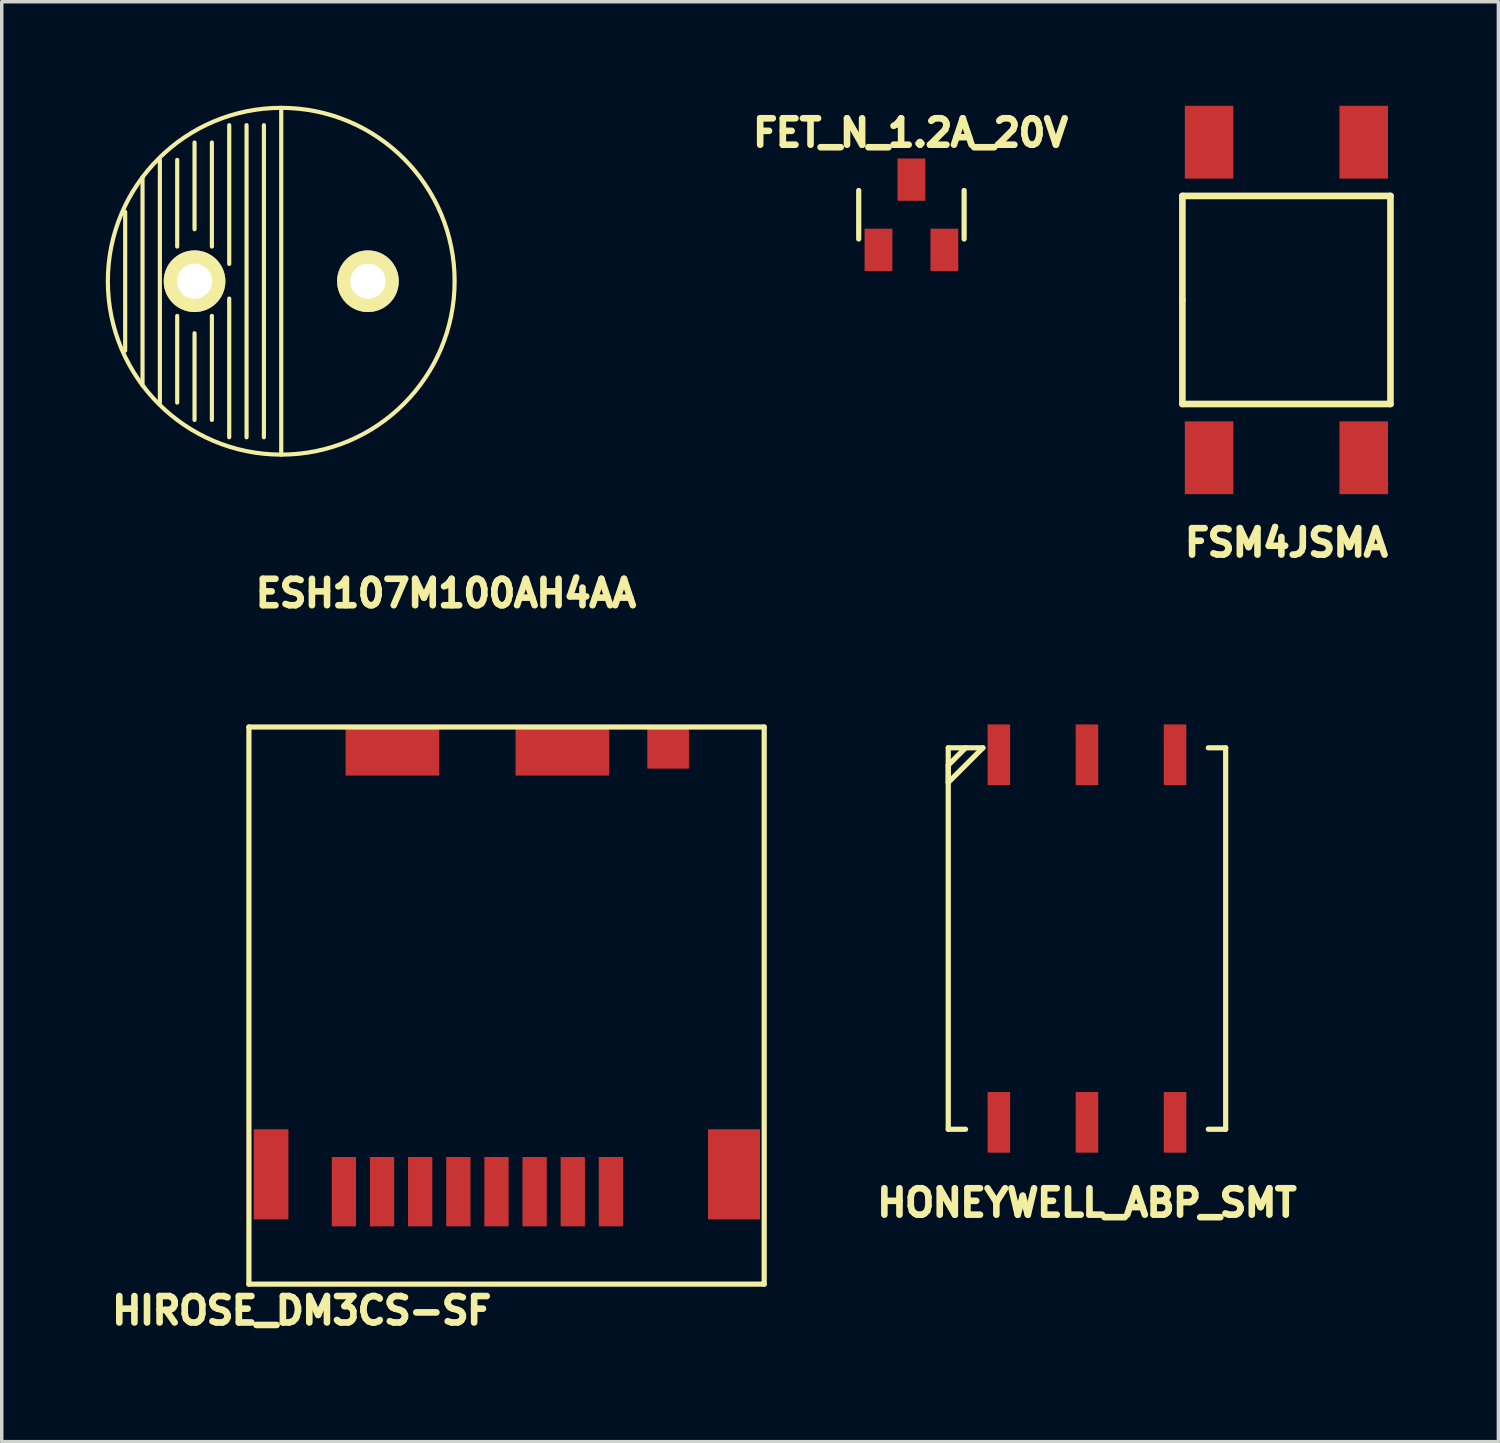
<source format=kicad_pcb>
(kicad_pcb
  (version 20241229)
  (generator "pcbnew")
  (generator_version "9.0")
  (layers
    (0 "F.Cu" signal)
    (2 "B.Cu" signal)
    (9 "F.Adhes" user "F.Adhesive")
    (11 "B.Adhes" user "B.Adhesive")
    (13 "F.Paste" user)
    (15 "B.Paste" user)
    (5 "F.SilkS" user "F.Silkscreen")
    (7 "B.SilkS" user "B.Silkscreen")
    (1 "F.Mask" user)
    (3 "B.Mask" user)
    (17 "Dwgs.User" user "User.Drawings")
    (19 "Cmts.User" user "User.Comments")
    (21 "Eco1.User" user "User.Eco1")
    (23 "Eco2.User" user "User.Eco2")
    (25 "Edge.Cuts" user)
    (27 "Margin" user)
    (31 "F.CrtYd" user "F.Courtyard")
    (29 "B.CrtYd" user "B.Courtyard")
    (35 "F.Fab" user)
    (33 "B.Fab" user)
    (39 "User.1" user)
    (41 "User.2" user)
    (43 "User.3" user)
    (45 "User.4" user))
  (footprint "ESH107M100AH4AA"
    (layer "F.Cu")
    (at 5.06 5.06)
    (property "Reference" "ESH107M100AH4AA" (at 4.75 9 0) (layer "F.SilkS") (effects (font (size 0.762 0.762) (thickness 0.191))))
    (attr through_hole)
    (fp_line (start -4.5 -2) (end -4.5 2) (stroke (width 0.12) (type solid)) (layer "F.SilkS"))
    (fp_line (start -4 -3) (end -4 3) (stroke (width 0.12) (type solid)) (layer "F.SilkS"))
    (fp_line (start -3.5 -3.5) (end -3.5 3.5) (stroke (width 0.12) (type solid)) (layer "F.SilkS"))
    (fp_line (start -3 -3.5) (end -3 -1) (stroke (width 0.12) (type solid)) (layer "F.SilkS"))
    (fp_line (start -3 1) (end -3 3.5) (stroke (width 0.12) (type solid)) (layer "F.SilkS"))
    (fp_line (start -2.5 -1.5) (end -2.5 -4) (stroke (width 0.12) (type solid)) (layer "F.SilkS"))
    (fp_line (start -2.5 1.5) (end -2.5 4) (stroke (width 0.12) (type solid)) (layer "F.SilkS"))
    (fp_line (start -2 -1) (end -2 -4) (stroke (width 0.12) (type solid)) (layer "F.SilkS"))
    (fp_line (start -2 1) (end -2 4) (stroke (width 0.12) (type solid)) (layer "F.SilkS"))
    (fp_line (start -1.5 -0.5) (end -1.5 -4.5) (stroke (width 0.12) (type solid)) (layer "F.SilkS"))
    (fp_line (start -1.5 0.5) (end -1.5 4.5) (stroke (width 0.12) (type solid)) (layer "F.SilkS"))
    (fp_line (start -1 -4.5) (end -1 4.5) (stroke (width 0.12) (type solid)) (layer "F.SilkS"))
    (fp_line (start -0.5 -4.5) (end -0.5 4.5) (stroke (width 0.12) (type solid)) (layer "F.SilkS"))
    (fp_line (start 0 -5) (end 0 5) (stroke (width 0.12) (type solid)) (layer "F.SilkS"))
    (fp_circle (center 0 0) (end 5 0) (stroke (width 0.12) (type solid)) (fill no) (layer "F.SilkS"))
    (pad "1" thru_hole circle (at -2.5 0) (size 1.778 1.778) (drill 1.016) (layers "*.Cu" "*.Mask" "F.SilkS"))
    (pad "2" thru_hole circle (at 2.5 0) (size 1.778 1.778) (drill 1.016) (layers "*.Cu" "*.Mask" "F.SilkS")))
  (footprint "FET_N_1.2A_20V"
    (layer "F.Cu")
    (at 23.233 3.142)
    (property "Reference" "FET_N_1.2A_20V" (at -0.025 -2.362 0) (layer "F.SilkS") (effects (font (size 0.762 0.762) (thickness 0.191))))
    (attr through_hole)
    (fp_line (start -1.52 -0.7) (end -1.52 0.7) (stroke (width 0.15) (type solid)) (layer "F.SilkS"))
    (fp_line (start 1.52 -0.7) (end 1.52 0.7) (stroke (width 0.15) (type solid)) (layer "F.SilkS"))
    (pad "1" smd rect (at -0.95 1.012) (size 0.802 1.219) (layers "F.Cu" "F.Mask" "F.Paste"))
    (pad "2" smd rect (at 0.95 1.012) (size 0.802 1.219) (layers "F.Cu" "F.Mask" "F.Paste"))
    (pad "3" smd rect (at 0 -1.012) (size 0.802 1.219) (layers "F.Cu" "F.Mask" "F.Paste")))
  (footprint "HONEYWELL_ABP_SMT"
    (layer "F.Cu")
    (at 28.295 24.015)
    (property "Reference" "HONEYWELL_ABP_SMT" (at 0 7.62 0) (layer "F.SilkS") (effects (font (size 0.762 0.762) (thickness 0.191))))
    (attr through_hole)
    (fp_line (start -4 -5.5) (end -4 5.5) (stroke (width 0.15) (type solid)) (layer "F.SilkS"))
    (fp_line (start -4 -5.5) (end -3.5 -5.5) (stroke (width 0.15) (type solid)) (layer "F.SilkS"))
    (fp_line (start -4 -5) (end -4 -4.5) (stroke (width 0.15) (type solid)) (layer "F.SilkS"))
    (fp_line (start -4 -4.5) (end -3 -5.5) (stroke (width 0.15) (type solid)) (layer "F.SilkS"))
    (fp_line (start -4 5.5) (end -3.5 5.5) (stroke (width 0.15) (type solid)) (layer "F.SilkS"))
    (fp_line (start -3.5 -5.5) (end -4 -5) (stroke (width 0.15) (type solid)) (layer "F.SilkS"))
    (fp_line (start -3 -5.5) (end -3.5 -5.5) (stroke (width 0.15) (type solid)) (layer "F.SilkS"))
    (fp_line (start 4 -5.5) (end 3.5 -5.5) (stroke (width 0.15) (type solid)) (layer "F.SilkS"))
    (fp_line (start 4 -5.5) (end 4 5.5) (stroke (width 0.15) (type solid)) (layer "F.SilkS"))
    (fp_line (start 4 5.5) (end 3.5 5.5) (stroke (width 0.15) (type solid)) (layer "F.SilkS"))
    (pad "1" smd rect (at -2.54 -5.3) (size 0.65 1.75) (layers "F.Cu" "F.Mask" "F.Paste"))
    (pad "2" smd rect (at 0 -5.3) (size 0.65 1.75) (layers "F.Cu" "F.Mask" "F.Paste"))
    (pad "3" smd rect (at 2.54 -5.3) (size 0.65 1.75) (layers "F.Cu" "F.Mask" "F.Paste"))
    (pad "4" smd rect (at 2.54 5.3) (size 0.65 1.75) (layers "F.Cu" "F.Mask" "F.Paste"))
    (pad "5" smd rect (at 0 5.3) (size 0.65 1.75) (layers "F.Cu" "F.Mask" "F.Paste"))
    (pad "6" smd rect (at -2.54 5.3) (size 0.65 1.75) (layers "F.Cu" "F.Mask" "F.Paste")))
  (footprint "HIROSE_DM3CS-SF"
    (layer "F.Cu")
    (at 11.367 31.315)
    (property "Reference" "HIROSE_DM3CS-SF" (at -5.715 3.429 0) (layer "F.SilkS") (effects (font (size 0.762 0.762) (thickness 0.191))))
    (attr through_hole)
    (fp_line (start -7.239 -13.4) (end 7.62 -13.4) (stroke (width 0.15) (type solid)) (layer "F.SilkS"))
    (fp_line (start -7.239 2.667) (end -7.239 -13.4) (stroke (width 0.15) (type solid)) (layer "F.SilkS"))
    (fp_line (start 7.62 2.667) (end -7.239 2.667) (stroke (width 0.15) (type solid)) (layer "F.SilkS"))
    (fp_line (start 7.62 2.667) (end 7.62 -13.4) (stroke (width 0.15) (type solid)) (layer "F.SilkS"))
    (pad "1" smd rect (at 3.2 0) (size 0.7 2) (layers "F.Cu" "F.Mask" "F.Paste"))
    (pad "2" smd rect (at 2.1 0) (size 0.7 2) (layers "F.Cu" "F.Mask" "F.Paste"))
    (pad "3" smd rect (at 1 0) (size 0.7 2) (layers "F.Cu" "F.Mask" "F.Paste"))
    (pad "4" smd rect (at -0.1 0) (size 0.7 2) (layers "F.Cu" "F.Mask" "F.Paste"))
    (pad "5" smd rect (at -1.2 0) (size 0.7 2) (layers "F.Cu" "F.Mask" "F.Paste"))
    (pad "6" smd rect (at -2.3 0) (size 0.7 2) (layers "F.Cu" "F.Mask" "F.Paste"))
    (pad "7" smd rect (at -3.4 0) (size 0.7 2) (layers "F.Cu" "F.Mask" "F.Paste"))
    (pad "8" smd rect (at -4.5 0) (size 0.7 2) (layers "F.Cu" "F.Mask" "F.Paste"))
    (pad "9" smd rect (at -6.6 -0.5) (size 1 2.6) (layers "F.Cu" "F.Mask" "F.Paste"))
    (pad "10" smd rect (at 6.75 -0.5) (size 1.5 2.6) (layers "F.Cu" "F.Mask" "F.Paste"))
    (pad "11" smd rect (at -3.1 -12.7) (size 2.7 1.4) (layers "F.Cu" "F.Mask" "F.Paste"))
    (pad "12" smd rect (at 1.8 -12.7) (size 2.7 1.4) (layers "F.Cu" "F.Mask" "F.Paste"))
    (pad "13" smd rect (at 4.85 -12.8) (size 1.2 1.2) (layers "F.Cu" "F.Mask" "F.Paste")))
  (footprint "FSM4JSMA"
    (layer "F.Cu")
    (at 34.047 5.6)
    (property "Reference" "FSM4JSMA" (at 0 7 0) (layer "F.SilkS") (effects (font (size 0.762 0.762) (thickness 0.191))))
    (attr through_hole)
    (fp_line (start -3 -3) (end 3 -3) (stroke (width 0.191) (type solid)) (layer "F.SilkS"))
    (fp_line (start -3 0) (end -3 -3) (stroke (width 0.191) (type solid)) (layer "F.SilkS"))
    (fp_line (start -3 3) (end -3 0) (stroke (width 0.191) (type solid)) (layer "F.SilkS"))
    (fp_line (start 3 -3) (end 3 3) (stroke (width 0.191) (type solid)) (layer "F.SilkS"))
    (fp_line (start 3 3) (end -3 3) (stroke (width 0.191) (type solid)) (layer "F.SilkS"))
    (pad "1" smd rect (at 2.23 -4.55) (size 1.4 2.1) (layers "F.Cu" "F.Mask" "F.Paste"))
    (pad "2" smd rect (at 2.23 4.55) (size 1.4 2.1) (layers "F.Cu" "F.Mask" "F.Paste"))
    (pad "3" smd rect (at -2.23 -4.55) (size 1.4 2.1) (layers "F.Cu" "F.Mask" "F.Paste"))
    (pad "4" smd rect (at -2.23 4.55) (size 1.4 2.1) (layers "F.Cu" "F.Mask" "F.Paste")))
  (gr_rect
    (start -3 -3)
    (end 40.16 38.524)
    (stroke (width 0.1) (type default))
    (fill no)
    (layer "Edge.Cuts")))
</source>
